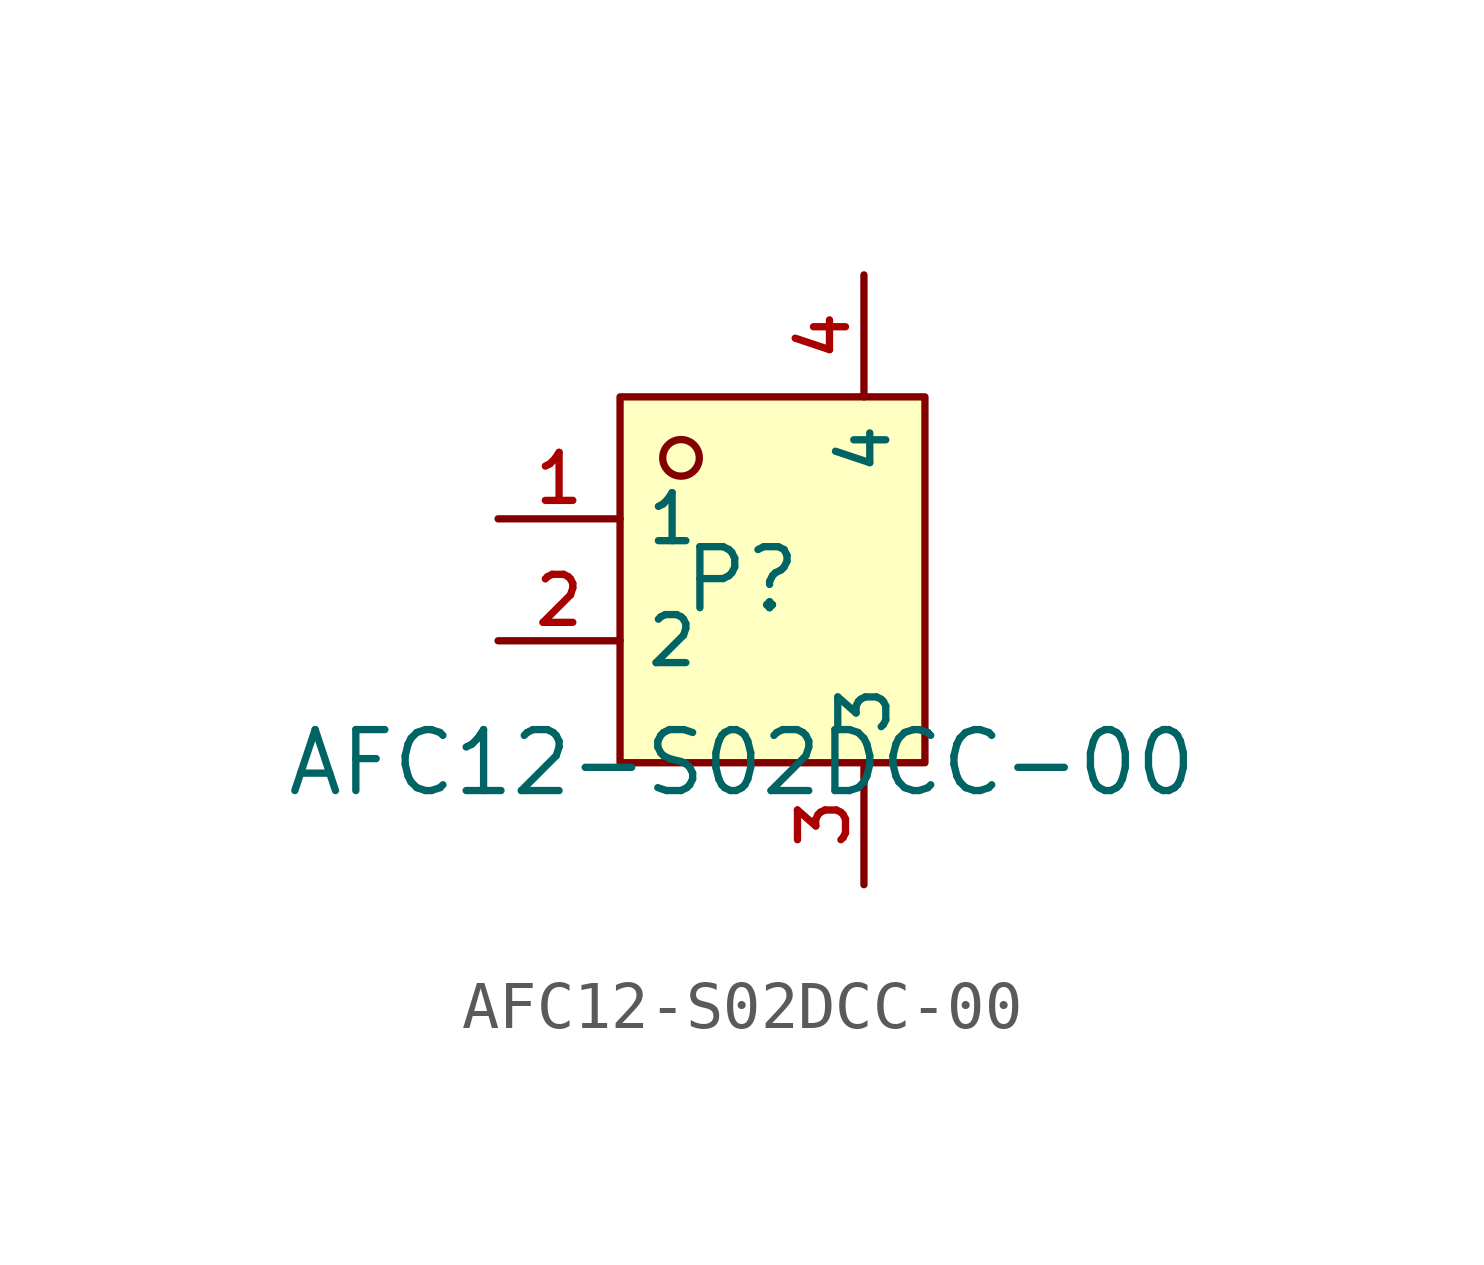
<source format=kicad_sym>
(kicad_symbol_lib
  (version 20210201)
  (generator TousstNicolas/JLC2KiCad_lib)
  (symbol "AFC12-S02DCC-00"
    (property "Reference" "P"
      (at 0 1.27 0)
      (effects (font (size 1.27 1.27))))
    (property "Value" "AFC12-S02DCC-00"
      (at 0 -2.54 0)
      (effects (font (size 1.27 1.27))))
    (symbol "AFC12-S02DCC-00_0_1"
      (rectangle (start -2.54 5.08) (end 3.81 -2.54) (stroke (width 0) (type default) (color 0 0 0 0)) (fill (type background)))
      (circle (center -1.27 3.81) (radius 0.381) (stroke (width 0) (type default) (color 0 0 0 0)) (fill (type background)))
      (pin unspecified line (at -5.08 2.54 0) (length 2.54) (name "1" (effects (font (size 1 1)))) (number "1" (effects (font (size 1 1)))))
      (pin unspecified line (at -5.08 -0.0 0) (length 2.54) (name "2" (effects (font (size 1 1)))) (number "2" (effects (font (size 1 1)))))
      (pin unspecified line (at 2.54 -5.08 90) (length 2.54) (name "3" (effects (font (size 1 1)))) (number "3" (effects (font (size 1 1)))))
      (pin unspecified line (at 2.54 7.62 270) (length 2.54) (name "4" (effects (font (size 1 1)))) (number "4" (effects (font (size 1 1))))))))
</source>
